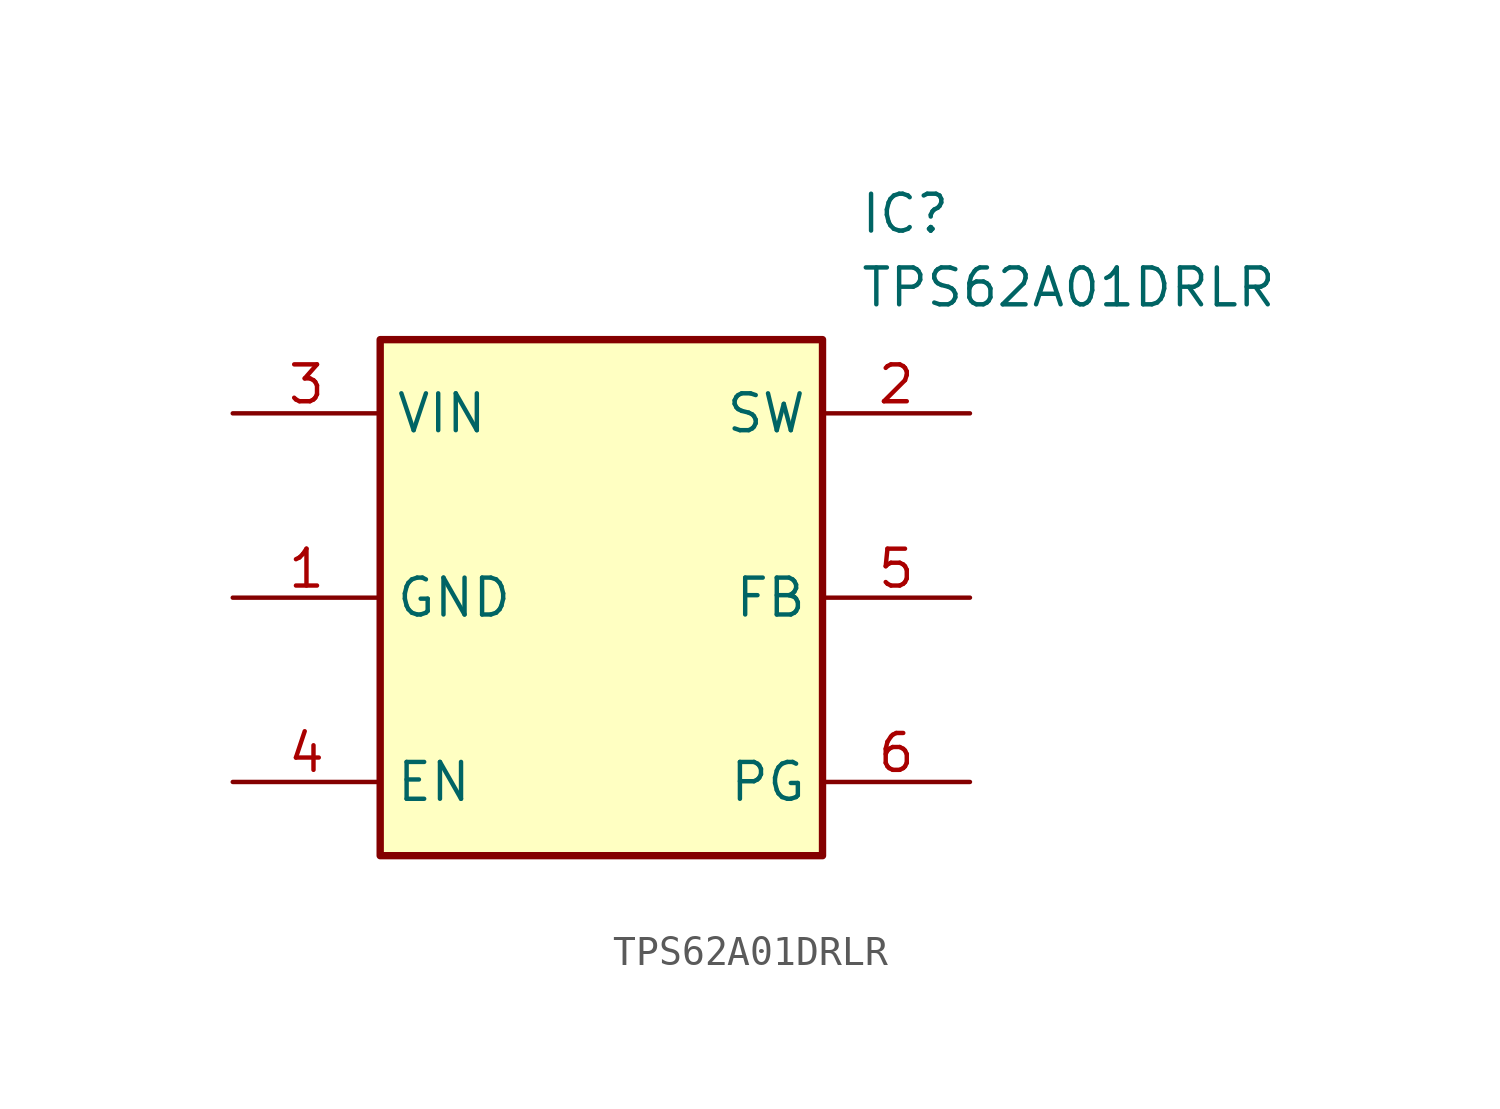
<source format=kicad_sym>
(kicad_symbol_lib
  (version 20220914)
  (generator kicad_symbol_editor)
  (symbol "TPS62A01DRLR"
    (property "Reference" "IC"
      (at 21.59 7.62 0)
      (effects (font (size 1.27 1.27)) (justify left top)))
    (property "Value" "TPS62A01DRLR"
      (at 21.59 5.08 0)
      (effects (font (size 1.27 1.27)) (justify left top)))
    (symbol "TPS62A01DRLR_1_1"
      (rectangle (start 5.08 2.54) (end 20.32 -15.24) (stroke (width 0.254) (type default)) (fill (type background)))
      (pin passive line (at 0 -6.35 0) (length 5.08) (name "GND" (effects (font (size 1.27 1.27)))) (number "1" (effects (font (size 1.27 1.27)))))
      (pin passive line (at 25.4 0 180) (length 5.08) (name "SW" (effects (font (size 1.27 1.27)))) (number "2" (effects (font (size 1.27 1.27)))))
      (pin passive line (at 0 0 0) (length 5.08) (name "VIN" (effects (font (size 1.27 1.27)))) (number "3" (effects (font (size 1.27 1.27)))))
      (pin passive line (at 0 -12.7 0) (length 5.08) (name "EN" (effects (font (size 1.27 1.27)))) (number "4" (effects (font (size 1.27 1.27)))))
      (pin passive line (at 25.4 -6.35 180) (length 5.08) (name "FB" (effects (font (size 1.27 1.27)))) (number "5" (effects (font (size 1.27 1.27)))))
      (pin passive line (at 25.4 -12.7 180) (length 5.08) (name "PG" (effects (font (size 1.27 1.27)))) (number "6" (effects (font (size 1.27 1.27))))))))
</source>
